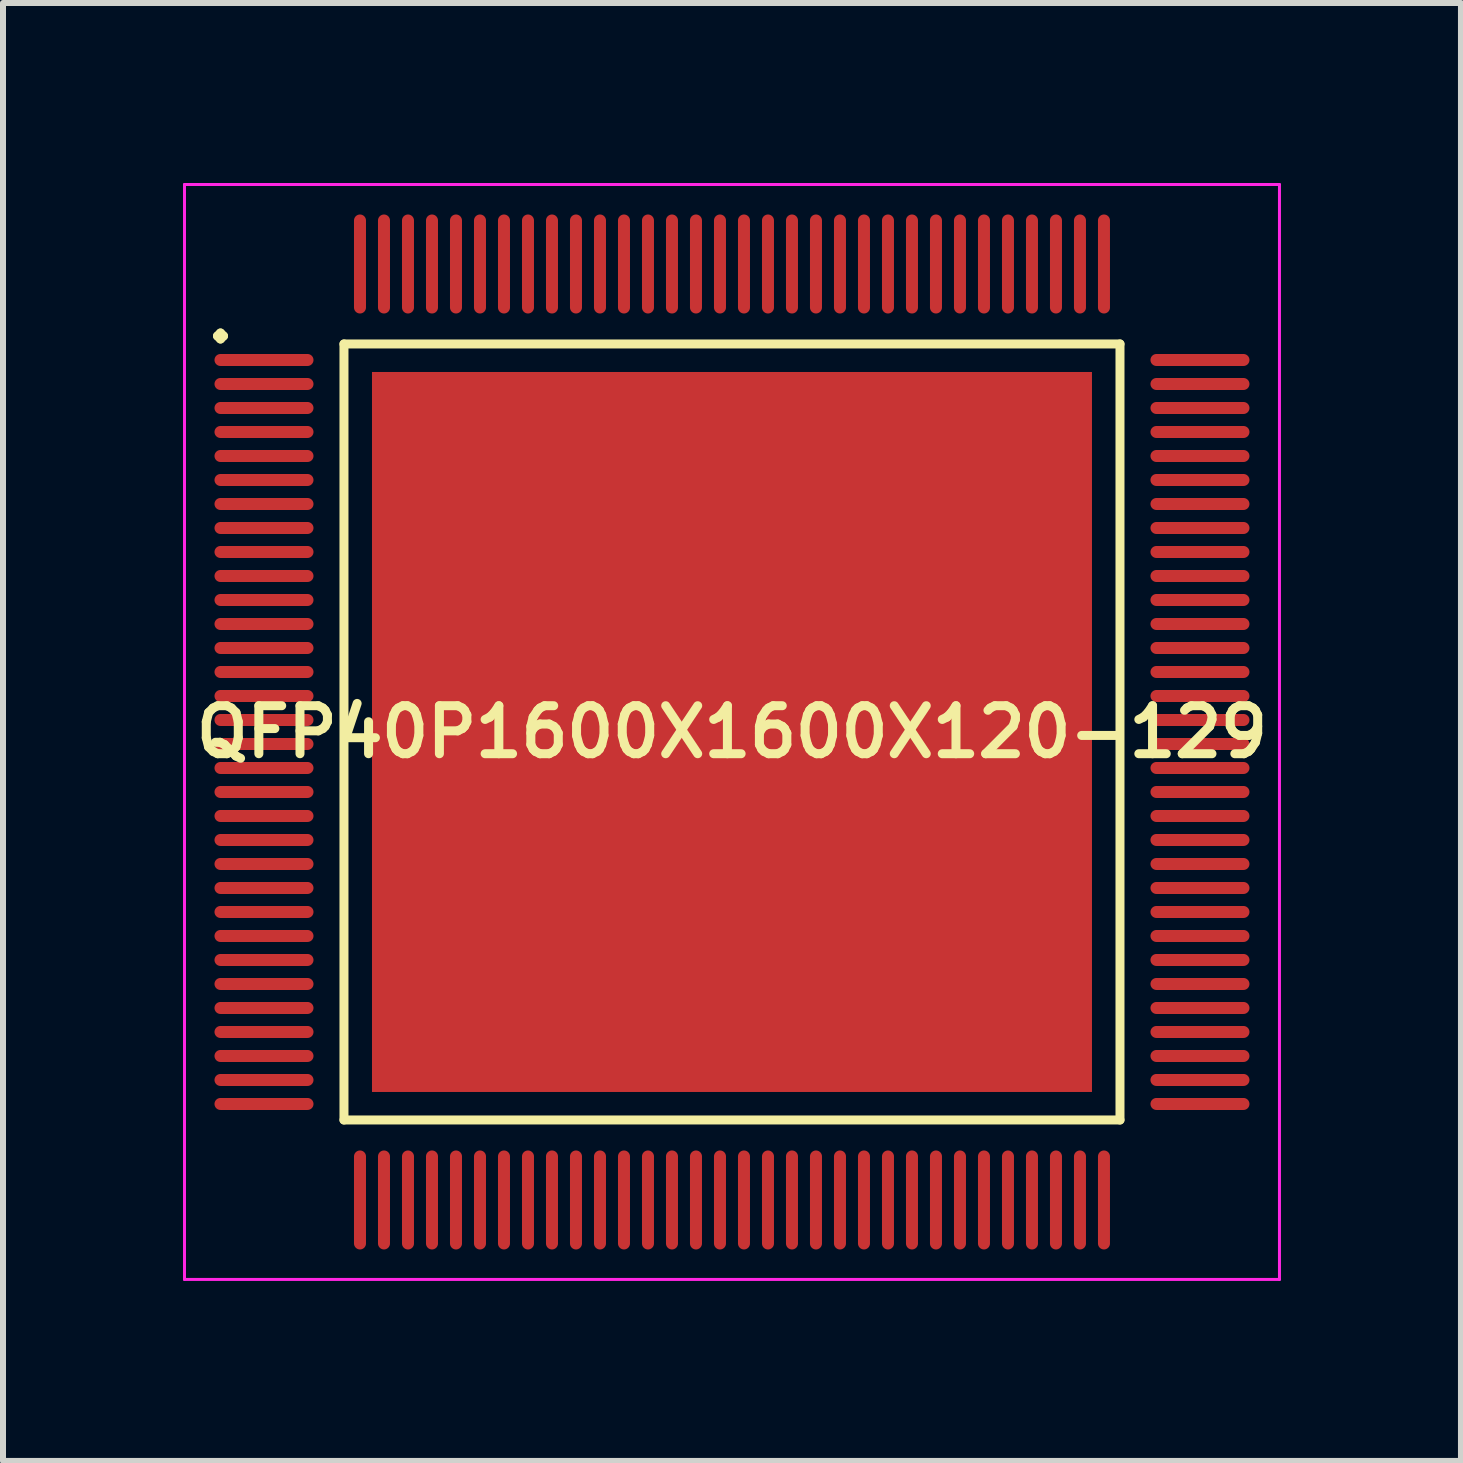
<source format=kicad_pcb>
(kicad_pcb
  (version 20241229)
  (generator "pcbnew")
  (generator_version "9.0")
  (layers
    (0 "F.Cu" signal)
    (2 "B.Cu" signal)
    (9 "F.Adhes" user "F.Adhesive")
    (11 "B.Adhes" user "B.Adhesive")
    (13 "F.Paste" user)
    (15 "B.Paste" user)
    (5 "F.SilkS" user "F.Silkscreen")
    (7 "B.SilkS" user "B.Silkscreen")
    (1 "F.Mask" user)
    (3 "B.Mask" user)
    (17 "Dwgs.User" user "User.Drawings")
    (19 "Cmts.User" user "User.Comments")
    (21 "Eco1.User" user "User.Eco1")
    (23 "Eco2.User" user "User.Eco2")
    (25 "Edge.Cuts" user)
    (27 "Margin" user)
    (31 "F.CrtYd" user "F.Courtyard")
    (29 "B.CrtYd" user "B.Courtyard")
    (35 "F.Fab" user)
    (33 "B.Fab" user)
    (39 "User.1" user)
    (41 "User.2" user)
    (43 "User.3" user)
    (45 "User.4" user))
  (footprint "QFP40P1600X1600X120-129"
    (layer "F.Cu")
    (at 9.15 9.15)
    (property "Reference" "QFP40P1600X1600X120-129" (at 0 0 0) (layer "F.SilkS") (effects (font (size 0.8 0.8) (thickness 0.15))))
    (attr smd)
    (fp_line (start -8.575 -6.6) (end -8.525 -6.65) (stroke (width 0.15) (type solid)) (layer "F.SilkS"))
    (fp_line (start -8.525 -6.65) (end -8.475 -6.6) (stroke (width 0.15) (type solid)) (layer "F.SilkS"))
    (fp_line (start -8.525 -6.55) (end -8.575 -6.6) (stroke (width 0.15) (type solid)) (layer "F.SilkS"))
    (fp_line (start -8.475 -6.6) (end -8.525 -6.55) (stroke (width 0.15) (type solid)) (layer "F.SilkS"))
    (fp_line (start -6.467 -6.467) (end -6.467 6.467) (stroke (width 0.15) (type solid)) (layer "F.SilkS"))
    (fp_line (start -6.467 6.467) (end 6.467 6.467) (stroke (width 0.15) (type solid)) (layer "F.SilkS"))
    (fp_line (start 6.467 -6.467) (end -6.467 -6.467) (stroke (width 0.15) (type solid)) (layer "F.SilkS"))
    (fp_line (start 6.467 6.467) (end 6.467 -6.467) (stroke (width 0.15) (type solid)) (layer "F.SilkS"))
    (fp_line (start -9.125 -9.125) (end 9.125 -9.125) (stroke (width 0.05) (type solid)) (layer "F.CrtYd"))
    (fp_line (start -9.125 9.125) (end -9.125 -9.125) (stroke (width 0.05) (type solid)) (layer "F.CrtYd"))
    (fp_line (start 9.125 -9.125) (end 9.125 9.125) (stroke (width 0.05) (type solid)) (layer "F.CrtYd"))
    (fp_line (start 9.125 9.125) (end -9.125 9.125) (stroke (width 0.05) (type solid)) (layer "F.CrtYd"))
    (pad "1" smd oval (at -7.8 -6.2) (size 1.65 0.2) (layers "F.Cu" "F.Mask" "F.Paste"))
    (pad "2" smd oval (at -7.8 -5.8) (size 1.65 0.2) (layers "F.Cu" "F.Mask" "F.Paste"))
    (pad "3" smd oval (at -7.8 -5.4) (size 1.65 0.2) (layers "F.Cu" "F.Mask" "F.Paste"))
    (pad "4" smd oval (at -7.8 -5) (size 1.65 0.2) (layers "F.Cu" "F.Mask" "F.Paste"))
    (pad "5" smd oval (at -7.8 -4.6) (size 1.65 0.2) (layers "F.Cu" "F.Mask" "F.Paste"))
    (pad "6" smd oval (at -7.8 -4.2) (size 1.65 0.2) (layers "F.Cu" "F.Mask" "F.Paste"))
    (pad "7" smd oval (at -7.8 -3.8) (size 1.65 0.2) (layers "F.Cu" "F.Mask" "F.Paste"))
    (pad "8" smd oval (at -7.8 -3.4) (size 1.65 0.2) (layers "F.Cu" "F.Mask" "F.Paste"))
    (pad "9" smd oval (at -7.8 -3) (size 1.65 0.2) (layers "F.Cu" "F.Mask" "F.Paste"))
    (pad "10" smd oval (at -7.8 -2.6) (size 1.65 0.2) (layers "F.Cu" "F.Mask" "F.Paste"))
    (pad "11" smd oval (at -7.8 -2.2) (size 1.65 0.2) (layers "F.Cu" "F.Mask" "F.Paste"))
    (pad "12" smd oval (at -7.8 -1.8) (size 1.65 0.2) (layers "F.Cu" "F.Mask" "F.Paste"))
    (pad "13" smd oval (at -7.8 -1.4) (size 1.65 0.2) (layers "F.Cu" "F.Mask" "F.Paste"))
    (pad "14" smd oval (at -7.8 -1) (size 1.65 0.2) (layers "F.Cu" "F.Mask" "F.Paste"))
    (pad "15" smd oval (at -7.8 -0.6) (size 1.65 0.2) (layers "F.Cu" "F.Mask" "F.Paste"))
    (pad "16" smd oval (at -7.8 -0.2) (size 1.65 0.2) (layers "F.Cu" "F.Mask" "F.Paste"))
    (pad "17" smd oval (at -7.8 0.2) (size 1.65 0.2) (layers "F.Cu" "F.Mask" "F.Paste"))
    (pad "18" smd oval (at -7.8 0.6) (size 1.65 0.2) (layers "F.Cu" "F.Mask" "F.Paste"))
    (pad "19" smd oval (at -7.8 1) (size 1.65 0.2) (layers "F.Cu" "F.Mask" "F.Paste"))
    (pad "20" smd oval (at -7.8 1.4) (size 1.65 0.2) (layers "F.Cu" "F.Mask" "F.Paste"))
    (pad "21" smd oval (at -7.8 1.8) (size 1.65 0.2) (layers "F.Cu" "F.Mask" "F.Paste"))
    (pad "22" smd oval (at -7.8 2.2) (size 1.65 0.2) (layers "F.Cu" "F.Mask" "F.Paste"))
    (pad "23" smd oval (at -7.8 2.6) (size 1.65 0.2) (layers "F.Cu" "F.Mask" "F.Paste"))
    (pad "24" smd oval (at -7.8 3) (size 1.65 0.2) (layers "F.Cu" "F.Mask" "F.Paste"))
    (pad "25" smd oval (at -7.8 3.4) (size 1.65 0.2) (layers "F.Cu" "F.Mask" "F.Paste"))
    (pad "26" smd oval (at -7.8 3.8) (size 1.65 0.2) (layers "F.Cu" "F.Mask" "F.Paste"))
    (pad "27" smd oval (at -7.8 4.2) (size 1.65 0.2) (layers "F.Cu" "F.Mask" "F.Paste"))
    (pad "28" smd oval (at -7.8 4.6) (size 1.65 0.2) (layers "F.Cu" "F.Mask" "F.Paste"))
    (pad "29" smd oval (at -7.8 5) (size 1.65 0.2) (layers "F.Cu" "F.Mask" "F.Paste"))
    (pad "30" smd oval (at -7.8 5.4) (size 1.65 0.2) (layers "F.Cu" "F.Mask" "F.Paste"))
    (pad "31" smd oval (at -7.8 5.8) (size 1.65 0.2) (layers "F.Cu" "F.Mask" "F.Paste"))
    (pad "32" smd oval (at -7.8 6.2) (size 1.65 0.2) (layers "F.Cu" "F.Mask" "F.Paste"))
    (pad "33" smd oval (at -6.2 7.8) (size 0.2 1.65) (layers "F.Cu" "F.Mask" "F.Paste"))
    (pad "34" smd oval (at -5.8 7.8) (size 0.2 1.65) (layers "F.Cu" "F.Mask" "F.Paste"))
    (pad "35" smd oval (at -5.4 7.8) (size 0.2 1.65) (layers "F.Cu" "F.Mask" "F.Paste"))
    (pad "36" smd oval (at -5 7.8) (size 0.2 1.65) (layers "F.Cu" "F.Mask" "F.Paste"))
    (pad "37" smd oval (at -4.6 7.8) (size 0.2 1.65) (layers "F.Cu" "F.Mask" "F.Paste"))
    (pad "38" smd oval (at -4.2 7.8) (size 0.2 1.65) (layers "F.Cu" "F.Mask" "F.Paste"))
    (pad "39" smd oval (at -3.8 7.8) (size 0.2 1.65) (layers "F.Cu" "F.Mask" "F.Paste"))
    (pad "40" smd oval (at -3.4 7.8) (size 0.2 1.65) (layers "F.Cu" "F.Mask" "F.Paste"))
    (pad "41" smd oval (at -3 7.8) (size 0.2 1.65) (layers "F.Cu" "F.Mask" "F.Paste"))
    (pad "42" smd oval (at -2.6 7.8) (size 0.2 1.65) (layers "F.Cu" "F.Mask" "F.Paste"))
    (pad "43" smd oval (at -2.2 7.8) (size 0.2 1.65) (layers "F.Cu" "F.Mask" "F.Paste"))
    (pad "44" smd oval (at -1.8 7.8) (size 0.2 1.65) (layers "F.Cu" "F.Mask" "F.Paste"))
    (pad "45" smd oval (at -1.4 7.8) (size 0.2 1.65) (layers "F.Cu" "F.Mask" "F.Paste"))
    (pad "46" smd oval (at -1 7.8) (size 0.2 1.65) (layers "F.Cu" "F.Mask" "F.Paste"))
    (pad "47" smd oval (at -0.6 7.8) (size 0.2 1.65) (layers "F.Cu" "F.Mask" "F.Paste"))
    (pad "48" smd oval (at -0.2 7.8) (size 0.2 1.65) (layers "F.Cu" "F.Mask" "F.Paste"))
    (pad "49" smd oval (at 0.2 7.8) (size 0.2 1.65) (layers "F.Cu" "F.Mask" "F.Paste"))
    (pad "50" smd oval (at 0.6 7.8) (size 0.2 1.65) (layers "F.Cu" "F.Mask" "F.Paste"))
    (pad "51" smd oval (at 1 7.8) (size 0.2 1.65) (layers "F.Cu" "F.Mask" "F.Paste"))
    (pad "52" smd oval (at 1.4 7.8) (size 0.2 1.65) (layers "F.Cu" "F.Mask" "F.Paste"))
    (pad "53" smd oval (at 1.8 7.8) (size 0.2 1.65) (layers "F.Cu" "F.Mask" "F.Paste"))
    (pad "54" smd oval (at 2.2 7.8) (size 0.2 1.65) (layers "F.Cu" "F.Mask" "F.Paste"))
    (pad "55" smd oval (at 2.6 7.8) (size 0.2 1.65) (layers "F.Cu" "F.Mask" "F.Paste"))
    (pad "56" smd oval (at 3 7.8) (size 0.2 1.65) (layers "F.Cu" "F.Mask" "F.Paste"))
    (pad "57" smd oval (at 3.4 7.8) (size 0.2 1.65) (layers "F.Cu" "F.Mask" "F.Paste"))
    (pad "58" smd oval (at 3.8 7.8) (size 0.2 1.65) (layers "F.Cu" "F.Mask" "F.Paste"))
    (pad "59" smd oval (at 4.2 7.8) (size 0.2 1.65) (layers "F.Cu" "F.Mask" "F.Paste"))
    (pad "60" smd oval (at 4.6 7.8) (size 0.2 1.65) (layers "F.Cu" "F.Mask" "F.Paste"))
    (pad "61" smd oval (at 5 7.8) (size 0.2 1.65) (layers "F.Cu" "F.Mask" "F.Paste"))
    (pad "62" smd oval (at 5.4 7.8) (size 0.2 1.65) (layers "F.Cu" "F.Mask" "F.Paste"))
    (pad "63" smd oval (at 5.8 7.8) (size 0.2 1.65) (layers "F.Cu" "F.Mask" "F.Paste"))
    (pad "64" smd oval (at 6.2 7.8) (size 0.2 1.65) (layers "F.Cu" "F.Mask" "F.Paste"))
    (pad "65" smd oval (at 7.8 6.2) (size 1.65 0.2) (layers "F.Cu" "F.Mask" "F.Paste"))
    (pad "66" smd oval (at 7.8 5.8) (size 1.65 0.2) (layers "F.Cu" "F.Mask" "F.Paste"))
    (pad "67" smd oval (at 7.8 5.4) (size 1.65 0.2) (layers "F.Cu" "F.Mask" "F.Paste"))
    (pad "68" smd oval (at 7.8 5) (size 1.65 0.2) (layers "F.Cu" "F.Mask" "F.Paste"))
    (pad "69" smd oval (at 7.8 4.6) (size 1.65 0.2) (layers "F.Cu" "F.Mask" "F.Paste"))
    (pad "70" smd oval (at 7.8 4.2) (size 1.65 0.2) (layers "F.Cu" "F.Mask" "F.Paste"))
    (pad "71" smd oval (at 7.8 3.8) (size 1.65 0.2) (layers "F.Cu" "F.Mask" "F.Paste"))
    (pad "72" smd oval (at 7.8 3.4) (size 1.65 0.2) (layers "F.Cu" "F.Mask" "F.Paste"))
    (pad "73" smd oval (at 7.8 3) (size 1.65 0.2) (layers "F.Cu" "F.Mask" "F.Paste"))
    (pad "74" smd oval (at 7.8 2.6) (size 1.65 0.2) (layers "F.Cu" "F.Mask" "F.Paste"))
    (pad "75" smd oval (at 7.8 2.2) (size 1.65 0.2) (layers "F.Cu" "F.Mask" "F.Paste"))
    (pad "76" smd oval (at 7.8 1.8) (size 1.65 0.2) (layers "F.Cu" "F.Mask" "F.Paste"))
    (pad "77" smd oval (at 7.8 1.4) (size 1.65 0.2) (layers "F.Cu" "F.Mask" "F.Paste"))
    (pad "78" smd oval (at 7.8 1) (size 1.65 0.2) (layers "F.Cu" "F.Mask" "F.Paste"))
    (pad "79" smd oval (at 7.8 0.6) (size 1.65 0.2) (layers "F.Cu" "F.Mask" "F.Paste"))
    (pad "80" smd oval (at 7.8 0.2) (size 1.65 0.2) (layers "F.Cu" "F.Mask" "F.Paste"))
    (pad "81" smd oval (at 7.8 -0.2) (size 1.65 0.2) (layers "F.Cu" "F.Mask" "F.Paste"))
    (pad "82" smd oval (at 7.8 -0.6) (size 1.65 0.2) (layers "F.Cu" "F.Mask" "F.Paste"))
    (pad "83" smd oval (at 7.8 -1) (size 1.65 0.2) (layers "F.Cu" "F.Mask" "F.Paste"))
    (pad "84" smd oval (at 7.8 -1.4) (size 1.65 0.2) (layers "F.Cu" "F.Mask" "F.Paste"))
    (pad "85" smd oval (at 7.8 -1.8) (size 1.65 0.2) (layers "F.Cu" "F.Mask" "F.Paste"))
    (pad "86" smd oval (at 7.8 -2.2) (size 1.65 0.2) (layers "F.Cu" "F.Mask" "F.Paste"))
    (pad "87" smd oval (at 7.8 -2.6) (size 1.65 0.2) (layers "F.Cu" "F.Mask" "F.Paste"))
    (pad "88" smd oval (at 7.8 -3) (size 1.65 0.2) (layers "F.Cu" "F.Mask" "F.Paste"))
    (pad "89" smd oval (at 7.8 -3.4) (size 1.65 0.2) (layers "F.Cu" "F.Mask" "F.Paste"))
    (pad "90" smd oval (at 7.8 -3.8) (size 1.65 0.2) (layers "F.Cu" "F.Mask" "F.Paste"))
    (pad "91" smd oval (at 7.8 -4.2) (size 1.65 0.2) (layers "F.Cu" "F.Mask" "F.Paste"))
    (pad "92" smd oval (at 7.8 -4.6) (size 1.65 0.2) (layers "F.Cu" "F.Mask" "F.Paste"))
    (pad "93" smd oval (at 7.8 -5) (size 1.65 0.2) (layers "F.Cu" "F.Mask" "F.Paste"))
    (pad "94" smd oval (at 7.8 -5.4) (size 1.65 0.2) (layers "F.Cu" "F.Mask" "F.Paste"))
    (pad "95" smd oval (at 7.8 -5.8) (size 1.65 0.2) (layers "F.Cu" "F.Mask" "F.Paste"))
    (pad "96" smd oval (at 7.8 -6.2) (size 1.65 0.2) (layers "F.Cu" "F.Mask" "F.Paste"))
    (pad "97" smd oval (at 6.2 -7.8) (size 0.2 1.65) (layers "F.Cu" "F.Mask" "F.Paste"))
    (pad "98" smd oval (at 5.8 -7.8) (size 0.2 1.65) (layers "F.Cu" "F.Mask" "F.Paste"))
    (pad "99" smd oval (at 5.4 -7.8) (size 0.2 1.65) (layers "F.Cu" "F.Mask" "F.Paste"))
    (pad "100" smd oval (at 5 -7.8) (size 0.2 1.65) (layers "F.Cu" "F.Mask" "F.Paste"))
    (pad "101" smd oval (at 4.6 -7.8) (size 0.2 1.65) (layers "F.Cu" "F.Mask" "F.Paste"))
    (pad "102" smd oval (at 4.2 -7.8) (size 0.2 1.65) (layers "F.Cu" "F.Mask" "F.Paste"))
    (pad "103" smd oval (at 3.8 -7.8) (size 0.2 1.65) (layers "F.Cu" "F.Mask" "F.Paste"))
    (pad "104" smd oval (at 3.4 -7.8) (size 0.2 1.65) (layers "F.Cu" "F.Mask" "F.Paste"))
    (pad "105" smd oval (at 3 -7.8) (size 0.2 1.65) (layers "F.Cu" "F.Mask" "F.Paste"))
    (pad "106" smd oval (at 2.6 -7.8) (size 0.2 1.65) (layers "F.Cu" "F.Mask" "F.Paste"))
    (pad "107" smd oval (at 2.2 -7.8) (size 0.2 1.65) (layers "F.Cu" "F.Mask" "F.Paste"))
    (pad "108" smd oval (at 1.8 -7.8) (size 0.2 1.65) (layers "F.Cu" "F.Mask" "F.Paste"))
    (pad "109" smd oval (at 1.4 -7.8) (size 0.2 1.65) (layers "F.Cu" "F.Mask" "F.Paste"))
    (pad "110" smd oval (at 1 -7.8) (size 0.2 1.65) (layers "F.Cu" "F.Mask" "F.Paste"))
    (pad "111" smd oval (at 0.6 -7.8) (size 0.2 1.65) (layers "F.Cu" "F.Mask" "F.Paste"))
    (pad "112" smd oval (at 0.2 -7.8) (size 0.2 1.65) (layers "F.Cu" "F.Mask" "F.Paste"))
    (pad "113" smd oval (at -0.2 -7.8) (size 0.2 1.65) (layers "F.Cu" "F.Mask" "F.Paste"))
    (pad "114" smd oval (at -0.6 -7.8) (size 0.2 1.65) (layers "F.Cu" "F.Mask" "F.Paste"))
    (pad "115" smd oval (at -1 -7.8) (size 0.2 1.65) (layers "F.Cu" "F.Mask" "F.Paste"))
    (pad "116" smd oval (at -1.4 -7.8) (size 0.2 1.65) (layers "F.Cu" "F.Mask" "F.Paste"))
    (pad "117" smd oval (at -1.8 -7.8) (size 0.2 1.65) (layers "F.Cu" "F.Mask" "F.Paste"))
    (pad "118" smd oval (at -2.2 -7.8) (size 0.2 1.65) (layers "F.Cu" "F.Mask" "F.Paste"))
    (pad "119" smd oval (at -2.6 -7.8) (size 0.2 1.65) (layers "F.Cu" "F.Mask" "F.Paste"))
    (pad "120" smd oval (at -3 -7.8) (size 0.2 1.65) (layers "F.Cu" "F.Mask" "F.Paste"))
    (pad "121" smd oval (at -3.4 -7.8) (size 0.2 1.65) (layers "F.Cu" "F.Mask" "F.Paste"))
    (pad "122" smd oval (at -3.8 -7.8) (size 0.2 1.65) (layers "F.Cu" "F.Mask" "F.Paste"))
    (pad "123" smd oval (at -4.2 -7.8) (size 0.2 1.65) (layers "F.Cu" "F.Mask" "F.Paste"))
    (pad "124" smd oval (at -4.6 -7.8) (size 0.2 1.65) (layers "F.Cu" "F.Mask" "F.Paste"))
    (pad "125" smd oval (at -5 -7.8) (size 0.2 1.65) (layers "F.Cu" "F.Mask" "F.Paste"))
    (pad "126" smd oval (at -5.4 -7.8) (size 0.2 1.65) (layers "F.Cu" "F.Mask" "F.Paste"))
    (pad "127" smd oval (at -5.8 -7.8) (size 0.2 1.65) (layers "F.Cu" "F.Mask" "F.Paste"))
    (pad "128" smd oval (at -6.2 -7.8) (size 0.2 1.65) (layers "F.Cu" "F.Mask" "F.Paste"))
    (pad "129" smd rect (at 0 0) (size 12 12) (layers "F.Cu" "F.Mask" "F.Paste")))
  (gr_rect
    (start -3 -3)
    (end 21.3 21.3)
    (stroke (width 0.1) (type default))
    (fill no)
    (layer "Edge.Cuts")))
</source>
